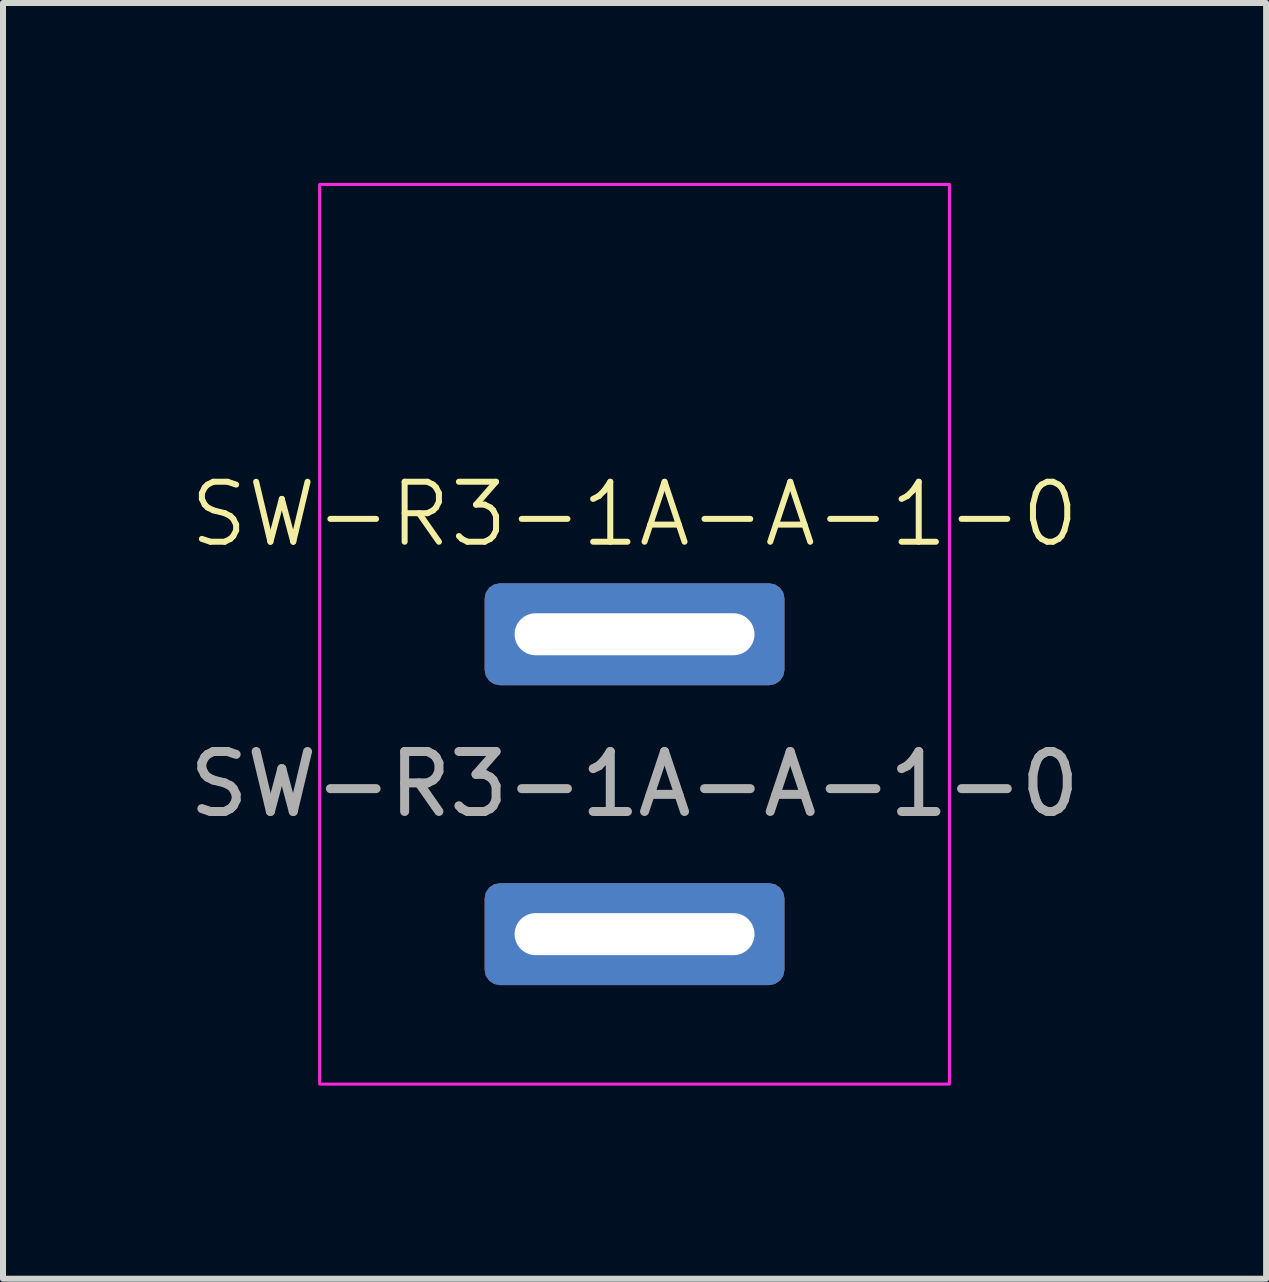
<source format=kicad_pcb>
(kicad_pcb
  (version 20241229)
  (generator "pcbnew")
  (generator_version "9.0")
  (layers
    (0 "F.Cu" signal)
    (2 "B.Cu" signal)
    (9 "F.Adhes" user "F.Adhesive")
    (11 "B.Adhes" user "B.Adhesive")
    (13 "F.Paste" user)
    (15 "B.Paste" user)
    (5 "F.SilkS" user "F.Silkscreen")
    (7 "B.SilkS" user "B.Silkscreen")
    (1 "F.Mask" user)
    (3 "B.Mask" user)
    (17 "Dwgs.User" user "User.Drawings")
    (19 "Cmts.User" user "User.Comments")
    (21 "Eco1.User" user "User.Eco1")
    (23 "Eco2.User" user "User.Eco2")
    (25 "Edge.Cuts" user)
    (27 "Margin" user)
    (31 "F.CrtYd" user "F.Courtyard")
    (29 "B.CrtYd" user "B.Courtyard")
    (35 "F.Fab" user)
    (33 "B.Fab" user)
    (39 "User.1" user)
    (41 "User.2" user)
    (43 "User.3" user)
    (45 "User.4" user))
  (footprint "SW-R3-1A-A-1-0"
    (layer "F.Cu")
    (at 7.53 7.525)
    (property "Reference" "SW-R3-1A-A-1-0" (at 0 -2 0) (unlocked yes) (layer "F.SilkS") (effects (font (size 1 1) (thickness 0.1))))
    (attr through_hole)
    (fp_rect (start -5.25 -7.5) (end 5.25 7.5) (stroke (width 0.05) (type solid)) (fill no) (layer "F.CrtYd"))
    (fp_text user "${REFERENCE}" (at 0 2.5 0) (unlocked yes) (layer "F.Fab") (effects (font (size 1 1) (thickness 0.15))))
    (fp_text user "ON" (at -1 -4.5 0) (unlocked yes) (layer "User.1") (effects (font (size 1 1) (thickness 0.15)) (justify left bottom)))
    (fp_text user "OFF" (at -1.5 7.5 0) (unlocked yes) (layer "User.1") (effects (font (size 1 1) (thickness 0.15)) (justify left bottom)))
    (pad "1" thru_hole roundrect (at 0 0) (size 5 1.7) (drill oval 4 0.7) (layers "*.Cu" "*.Mask") (roundrect_rratio 0.15))
    (pad "2" thru_hole roundrect (at 0 5) (size 5 1.7) (drill oval 4 0.7) (layers "*.Cu" "*.Mask") (roundrect_rratio 0.15)))
  (gr_rect
    (start -3 -3)
    (end 18.06 18.271)
    (stroke (width 0.1) (type default))
    (fill no)
    (layer "Edge.Cuts")))
</source>
